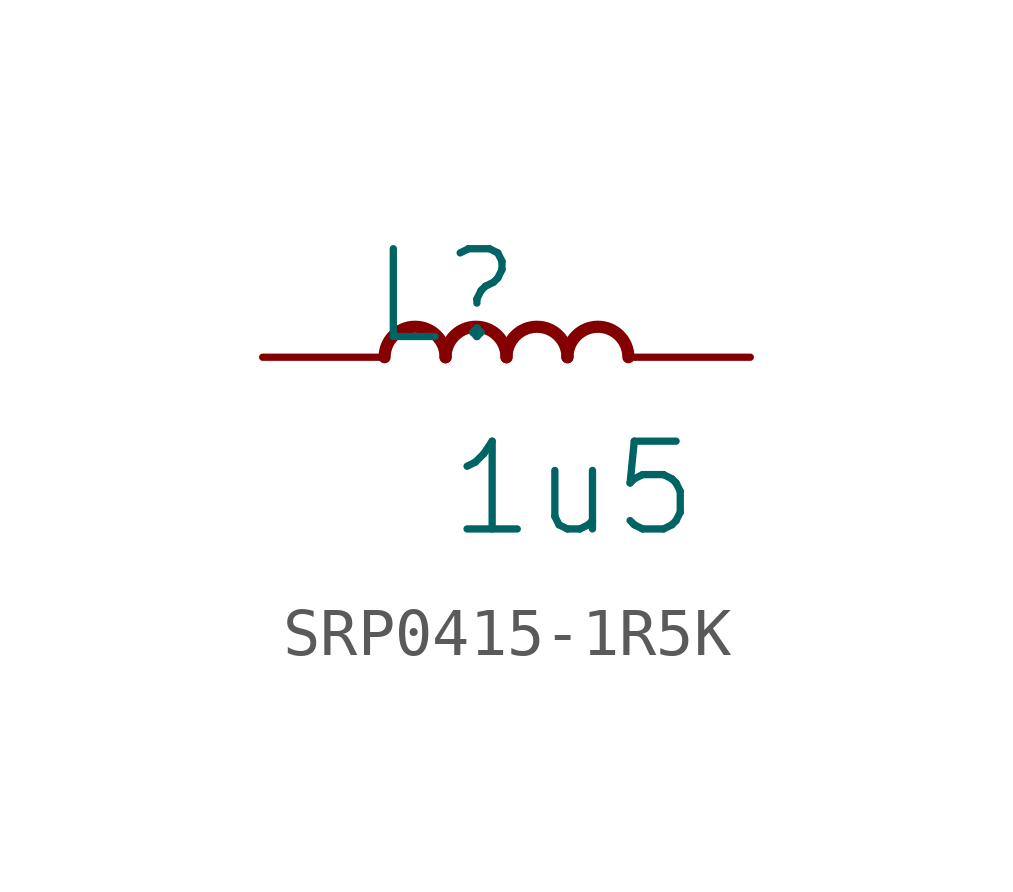
<source format=kicad_sym>
(kicad_symbol_lib
  (version 20231120)
  (generator "kicad_symbol_editor")
  (generator_version "8.0")
  (symbol "SRP0415-1R5K"
    (property "Reference" "L"
      (at -1.27 1.27 0)
      (effects (font (size 1.829 1.829))))
    (property "Value" "1u5"
      (at -1.27 -3.81 0)
      (effects (font (size 1.829 1.829)) (justify left bottom)))
    (symbol "SRP0415-1R5K_1_0"
      (arc (start -1.27 0) (mid -1.905 0.635) (end -2.54 0) (stroke (width 0.254) (type solid)) (fill (type none)))
      (arc (start 0 0) (mid -0.635 0.635) (end -1.27 0) (stroke (width 0.254) (type solid)) (fill (type none)))
      (arc (start 1.27 0) (mid 0.635 0.635) (end 0 0) (stroke (width 0.254) (type solid)) (fill (type none)))
      (arc (start 2.54 0) (mid 1.905 0.635) (end 1.27 0) (stroke (width 0.254) (type solid)) (fill (type none)))
      (pin passive line (at -5.08 0 0) (length 2.54) (name "1" (effects (font (size 0 0)))) (number "1" (effects (font (size 0 0)))))
      (pin passive line (at 5.08 0 180) (length 2.54) (name "2" (effects (font (size 0 0)))) (number "2" (effects (font (size 0 0))))))))
</source>
